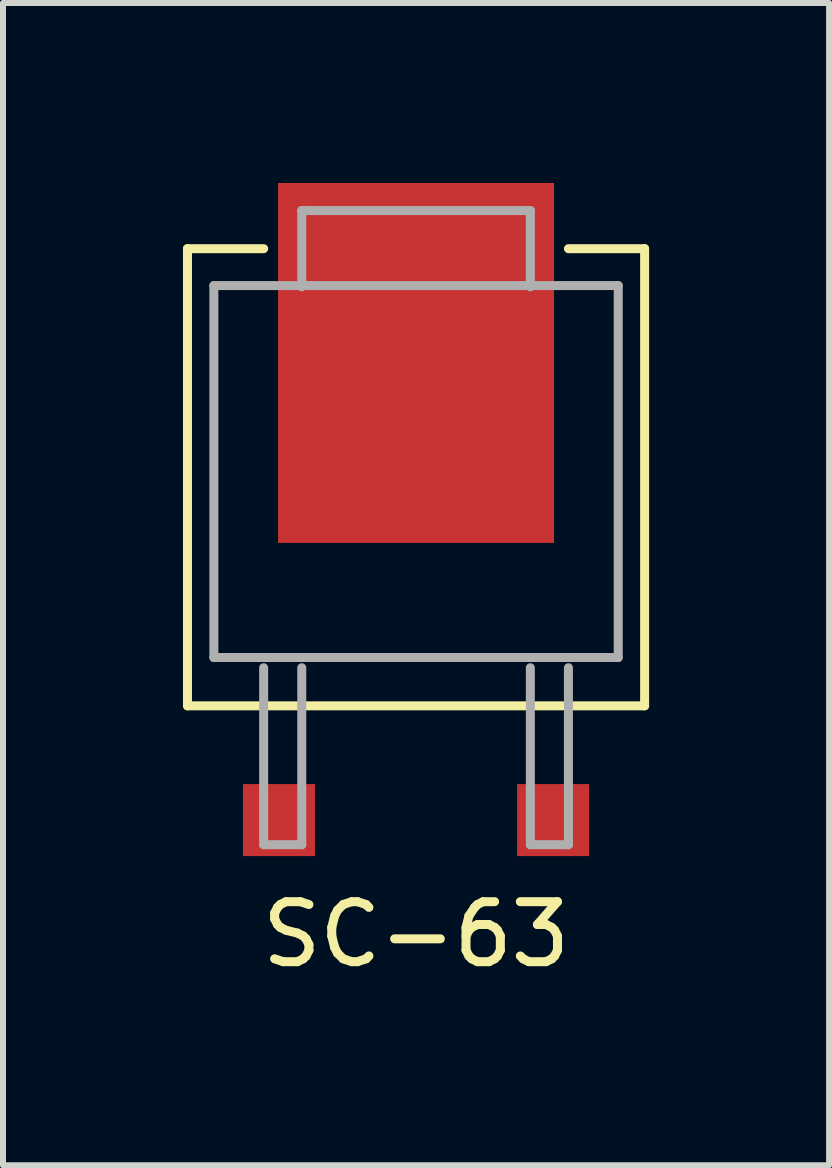
<source format=kicad_pcb>
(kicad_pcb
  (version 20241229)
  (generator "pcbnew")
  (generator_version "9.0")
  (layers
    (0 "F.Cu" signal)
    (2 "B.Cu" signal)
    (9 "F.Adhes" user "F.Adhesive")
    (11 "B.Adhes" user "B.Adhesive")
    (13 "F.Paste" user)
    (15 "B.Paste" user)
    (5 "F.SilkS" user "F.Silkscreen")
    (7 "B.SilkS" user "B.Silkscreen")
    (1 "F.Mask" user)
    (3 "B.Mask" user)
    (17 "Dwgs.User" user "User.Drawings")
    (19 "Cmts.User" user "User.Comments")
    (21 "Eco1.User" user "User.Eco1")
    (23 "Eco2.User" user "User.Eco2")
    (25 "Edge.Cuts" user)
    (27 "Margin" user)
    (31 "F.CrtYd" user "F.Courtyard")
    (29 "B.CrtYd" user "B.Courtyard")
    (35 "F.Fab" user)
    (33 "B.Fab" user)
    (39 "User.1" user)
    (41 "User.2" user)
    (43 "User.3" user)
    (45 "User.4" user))
  (footprint "SC-63"
    (layer "F.Cu")
    (at 3.885 4.905)
    (property "Reference" "SC-63" (at 0 7.62 0) (layer "F.SilkS") (effects (font (size 1 1) (thickness 0.15))))
    (attr smd)
    (fp_line (start -3.81 -3.81) (end -3.81 3.81) (stroke (width 0.15) (type solid)) (layer "F.SilkS"))
    (fp_line (start -3.81 3.81) (end 3.81 3.81) (stroke (width 0.15) (type solid)) (layer "F.SilkS"))
    (fp_line (start -2.54 -3.81) (end -3.81 -3.81) (stroke (width 0.15) (type solid)) (layer "F.SilkS"))
    (fp_line (start 3.81 -3.81) (end 2.54 -3.81) (stroke (width 0.15) (type solid)) (layer "F.SilkS"))
    (fp_line (start 3.81 3.81) (end 3.81 -3.81) (stroke (width 0.15) (type solid)) (layer "F.SilkS"))
    (fp_line (start -3.37 -3.195) (end -3.37 3.005) (stroke (width 0.15) (type solid)) (layer "F.Fab"))
    (fp_line (start -3.37 -3.195) (end 3.37 -3.195) (stroke (width 0.15) (type solid)) (layer "F.Fab"))
    (fp_line (start -3.37 3.005) (end 3.37 3.005) (stroke (width 0.15) (type solid)) (layer "F.Fab"))
    (fp_line (start -2.54 3.175) (end -2.54 6.125) (stroke (width 0.15) (type solid)) (layer "F.Fab"))
    (fp_line (start -2.54 6.125) (end -1.905 6.125) (stroke (width 0.15) (type solid)) (layer "F.Fab"))
    (fp_line (start -1.905 -4.445) (end 1.905 -4.445) (stroke (width 0.15) (type solid)) (layer "F.Fab"))
    (fp_line (start -1.905 -3.175) (end -1.905 -4.445) (stroke (width 0.15) (type solid)) (layer "F.Fab"))
    (fp_line (start -1.905 6.125) (end -1.905 3.175) (stroke (width 0.15) (type solid)) (layer "F.Fab"))
    (fp_line (start 1.905 -4.445) (end 1.905 -3.175) (stroke (width 0.15) (type solid)) (layer "F.Fab"))
    (fp_line (start 1.905 3.175) (end 1.905 6.125) (stroke (width 0.15) (type solid)) (layer "F.Fab"))
    (fp_line (start 1.905 6.125) (end 2.54 6.125) (stroke (width 0.15) (type solid)) (layer "F.Fab"))
    (fp_line (start 2.54 6.125) (end 2.54 3.175) (stroke (width 0.15) (type solid)) (layer "F.Fab"))
    (fp_line (start 3.37 3.005) (end 3.37 -3.195) (stroke (width 0.15) (type solid)) (layer "F.Fab"))
    (pad "1" smd rect (at -2.285 5.715) (size 1.2 1.2) (layers "F.Cu" "F.Mask" "F.Paste"))
    (pad "2" smd rect (at 0 -1.905) (size 4.6 6) (layers "F.Cu" "F.Mask" "F.Paste"))
    (pad "3" smd rect (at 2.285 5.715) (size 1.2 1.2) (layers "F.Cu" "F.Mask" "F.Paste")))
  (gr_rect
    (start -3 -3)
    (end 10.77 16.373)
    (stroke (width 0.1) (type default))
    (fill no)
    (layer "Edge.Cuts")))
</source>
